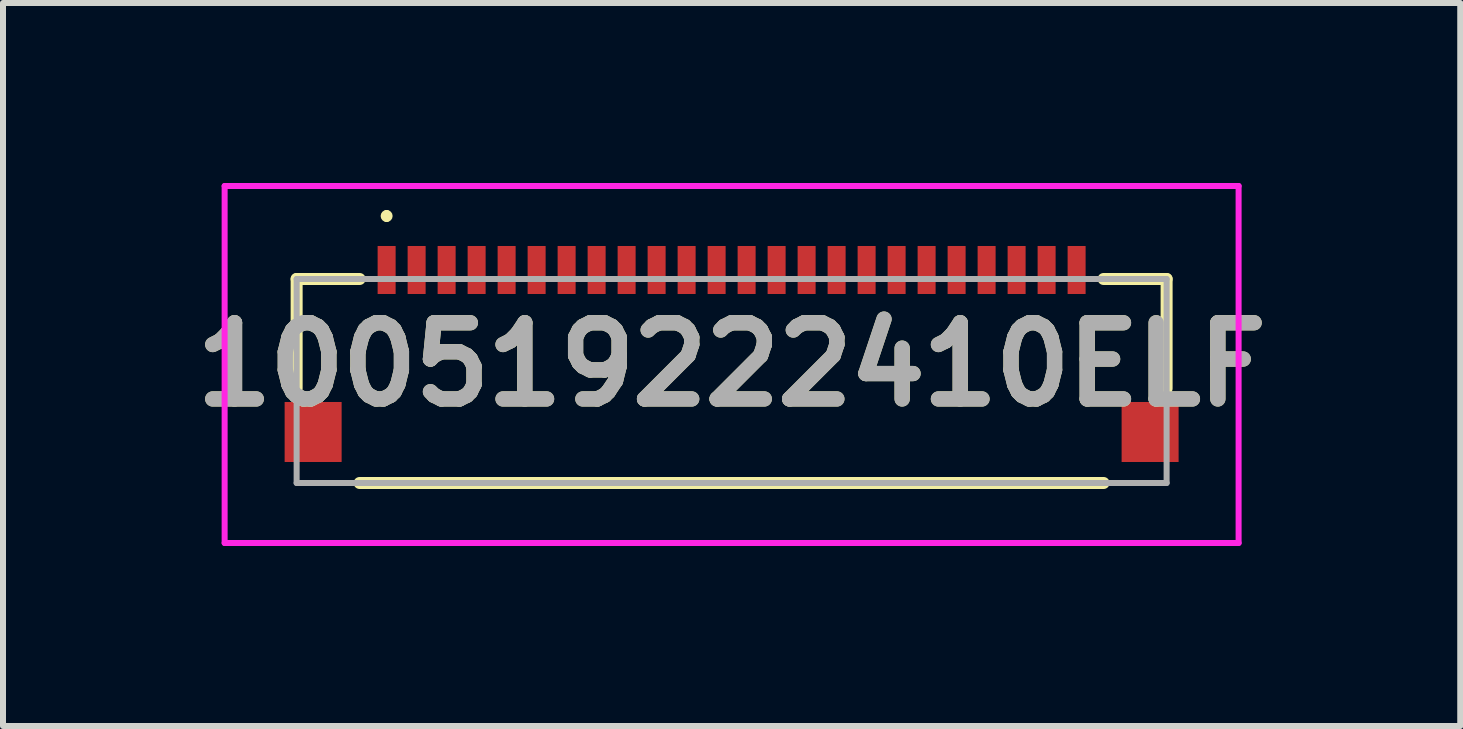
<source format=kicad_pcb>
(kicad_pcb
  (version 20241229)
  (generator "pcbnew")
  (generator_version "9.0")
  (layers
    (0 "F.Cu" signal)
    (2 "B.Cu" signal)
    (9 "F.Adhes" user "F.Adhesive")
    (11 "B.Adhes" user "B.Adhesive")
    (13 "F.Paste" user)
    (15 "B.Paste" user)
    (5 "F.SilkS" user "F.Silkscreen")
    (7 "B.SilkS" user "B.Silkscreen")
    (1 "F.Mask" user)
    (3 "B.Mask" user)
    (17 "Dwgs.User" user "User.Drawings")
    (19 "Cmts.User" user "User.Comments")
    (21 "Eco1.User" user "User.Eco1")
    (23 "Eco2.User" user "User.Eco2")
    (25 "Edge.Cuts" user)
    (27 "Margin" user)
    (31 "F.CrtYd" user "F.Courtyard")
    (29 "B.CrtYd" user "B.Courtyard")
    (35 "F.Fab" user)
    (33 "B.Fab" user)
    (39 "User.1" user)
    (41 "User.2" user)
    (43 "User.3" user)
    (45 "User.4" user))
  (footprint "100519222410ELF"
    (layer "F.Cu")
    (at 9.144 3.3)
    (property "Reference" "100519222410ELF" (at 0 -0.275 0) (layer "F.SilkS") (effects (font (size 1.27 1.27) (thickness 0.254))))
    (attr smd)
    (fp_line (start -7.25 -1.7) (end -6.2 -1.7) (stroke (width 0.2) (type solid)) (layer "F.SilkS"))
    (fp_line (start -7.25 0.125) (end -7.25 -1.7) (stroke (width 0.2) (type solid)) (layer "F.SilkS"))
    (fp_line (start -6.2 1.7) (end 6.2 1.7) (stroke (width 0.2) (type solid)) (layer "F.SilkS"))
    (fp_line (start -5.75 -2.8) (end -5.75 -2.8) (stroke (width 0.1) (type solid)) (layer "F.SilkS"))
    (fp_line (start -5.75 -2.7) (end -5.75 -2.7) (stroke (width 0.1) (type solid)) (layer "F.SilkS"))
    (fp_line (start 7.25 -1.7) (end 6.2 -1.7) (stroke (width 0.2) (type solid)) (layer "F.SilkS"))
    (fp_line (start 7.25 0.125) (end 7.25 -1.7) (stroke (width 0.2) (type solid)) (layer "F.SilkS"))
    (fp_arc (start -5.75 -2.8) (mid -5.7 -2.75) (end -5.75 -2.7) (stroke (width 0.1) (type solid)) (layer "F.SilkS"))
    (fp_arc (start -5.75 -2.7) (mid -5.8 -2.75) (end -5.75 -2.8) (stroke (width 0.1) (type solid)) (layer "F.SilkS"))
    (fp_line (start -8.45 -3.25) (end 8.45 -3.25) (stroke (width 0.1) (type solid)) (layer "F.CrtYd"))
    (fp_line (start -8.45 2.7) (end -8.45 -3.25) (stroke (width 0.1) (type solid)) (layer "F.CrtYd"))
    (fp_line (start 8.45 -3.25) (end 8.45 2.7) (stroke (width 0.1) (type solid)) (layer "F.CrtYd"))
    (fp_line (start 8.45 2.7) (end -8.45 2.7) (stroke (width 0.1) (type solid)) (layer "F.CrtYd"))
    (fp_line (start -7.25 -1.7) (end -7.25 1.7) (stroke (width 0.1) (type solid)) (layer "F.Fab"))
    (fp_line (start -7.25 1.7) (end 7.25 1.7) (stroke (width 0.1) (type solid)) (layer "F.Fab"))
    (fp_line (start 7.25 -1.7) (end -7.25 -1.7) (stroke (width 0.1) (type solid)) (layer "F.Fab"))
    (fp_line (start 7.25 1.7) (end 7.25 -1.7) (stroke (width 0.1) (type solid)) (layer "F.Fab"))
    (fp_text user "${REFERENCE}" (at 0 -0.275 0) (layer "F.Fab") (effects (font (size 1.27 1.27) (thickness 0.254))))
    (pad "1" smd rect (at -5.75 -1.85) (size 0.3 0.8) (layers "F.Cu" "F.Mask" "F.Paste"))
    (pad "2" smd rect (at -5.25 -1.85) (size 0.3 0.8) (layers "F.Cu" "F.Mask" "F.Paste"))
    (pad "3" smd rect (at -4.75 -1.85) (size 0.3 0.8) (layers "F.Cu" "F.Mask" "F.Paste"))
    (pad "4" smd rect (at -4.25 -1.85) (size 0.3 0.8) (layers "F.Cu" "F.Mask" "F.Paste"))
    (pad "5" smd rect (at -3.75 -1.85) (size 0.3 0.8) (layers "F.Cu" "F.Mask" "F.Paste"))
    (pad "6" smd rect (at -3.25 -1.85) (size 0.3 0.8) (layers "F.Cu" "F.Mask" "F.Paste"))
    (pad "7" smd rect (at -2.75 -1.85) (size 0.3 0.8) (layers "F.Cu" "F.Mask" "F.Paste"))
    (pad "8" smd rect (at -2.25 -1.85) (size 0.3 0.8) (layers "F.Cu" "F.Mask" "F.Paste"))
    (pad "9" smd rect (at -1.75 -1.85) (size 0.3 0.8) (layers "F.Cu" "F.Mask" "F.Paste"))
    (pad "10" smd rect (at -1.25 -1.85) (size 0.3 0.8) (layers "F.Cu" "F.Mask" "F.Paste"))
    (pad "11" smd rect (at -0.75 -1.85) (size 0.3 0.8) (layers "F.Cu" "F.Mask" "F.Paste"))
    (pad "12" smd rect (at -0.25 -1.85) (size 0.3 0.8) (layers "F.Cu" "F.Mask" "F.Paste"))
    (pad "13" smd rect (at 0.25 -1.85) (size 0.3 0.8) (layers "F.Cu" "F.Mask" "F.Paste"))
    (pad "14" smd rect (at 0.75 -1.85) (size 0.3 0.8) (layers "F.Cu" "F.Mask" "F.Paste"))
    (pad "15" smd rect (at 1.25 -1.85) (size 0.3 0.8) (layers "F.Cu" "F.Mask" "F.Paste"))
    (pad "16" smd rect (at 1.75 -1.85) (size 0.3 0.8) (layers "F.Cu" "F.Mask" "F.Paste"))
    (pad "17" smd rect (at 2.25 -1.85) (size 0.3 0.8) (layers "F.Cu" "F.Mask" "F.Paste"))
    (pad "18" smd rect (at 2.75 -1.85) (size 0.3 0.8) (layers "F.Cu" "F.Mask" "F.Paste"))
    (pad "19" smd rect (at 3.25 -1.85) (size 0.3 0.8) (layers "F.Cu" "F.Mask" "F.Paste"))
    (pad "20" smd rect (at 3.75 -1.85) (size 0.3 0.8) (layers "F.Cu" "F.Mask" "F.Paste"))
    (pad "21" smd rect (at 4.25 -1.85) (size 0.3 0.8) (layers "F.Cu" "F.Mask" "F.Paste"))
    (pad "22" smd rect (at 4.75 -1.85) (size 0.3 0.8) (layers "F.Cu" "F.Mask" "F.Paste"))
    (pad "23" smd rect (at 5.25 -1.85) (size 0.3 0.8) (layers "F.Cu" "F.Mask" "F.Paste"))
    (pad "24" smd rect (at 5.75 -1.85) (size 0.3 0.8) (layers "F.Cu" "F.Mask" "F.Paste"))
    (pad "MP1" smd rect (at -6.975 0.85) (size 0.95 1) (layers "F.Cu" "F.Mask" "F.Paste"))
    (pad "MP2" smd rect (at 6.975 0.85) (size 0.95 1) (layers "F.Cu" "F.Mask" "F.Paste")))
  (gr_rect
    (start -3 -3)
    (end 21.288 9.05)
    (stroke (width 0.1) (type default))
    (fill no)
    (layer "Edge.Cuts")))
</source>
